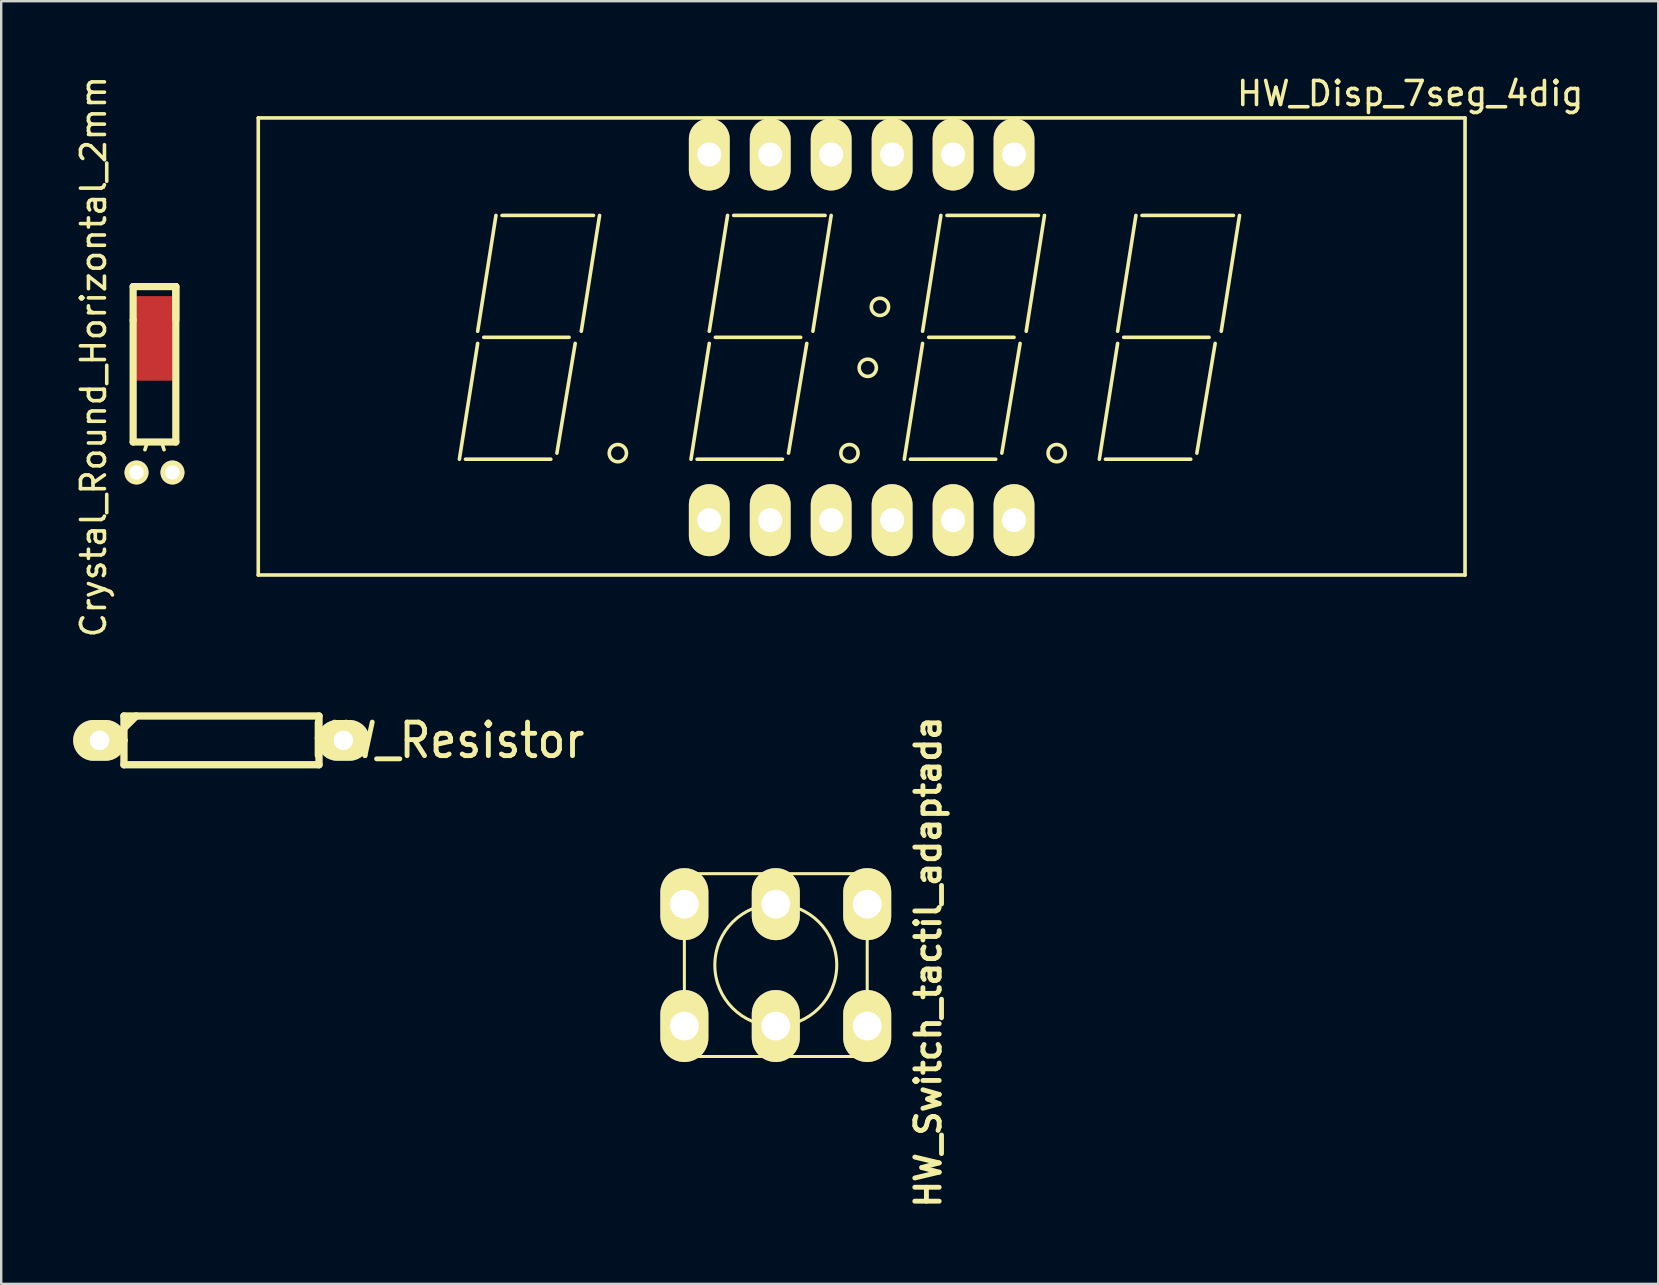
<source format=kicad_pcb>
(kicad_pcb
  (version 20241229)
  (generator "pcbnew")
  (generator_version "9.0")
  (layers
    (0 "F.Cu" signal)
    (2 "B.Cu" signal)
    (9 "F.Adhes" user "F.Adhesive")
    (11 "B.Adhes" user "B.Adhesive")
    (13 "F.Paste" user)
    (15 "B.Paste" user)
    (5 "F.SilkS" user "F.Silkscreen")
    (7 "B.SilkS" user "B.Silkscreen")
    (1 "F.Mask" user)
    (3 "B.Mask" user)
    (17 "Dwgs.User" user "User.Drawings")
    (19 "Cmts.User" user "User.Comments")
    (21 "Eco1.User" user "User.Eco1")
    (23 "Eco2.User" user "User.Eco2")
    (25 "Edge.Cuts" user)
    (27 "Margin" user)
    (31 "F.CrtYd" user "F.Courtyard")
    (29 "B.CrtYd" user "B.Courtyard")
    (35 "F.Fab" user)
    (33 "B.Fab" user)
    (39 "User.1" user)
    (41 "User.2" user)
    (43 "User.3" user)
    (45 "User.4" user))
  (footprint "HW_Resistor"
    (layer "F.Cu")
    (at 6.18 27.805)
    (property "Reference" "HW_Resistor" (at 9.398 0 0) (layer "F.SilkS") (effects (font (size 1.397 1.27) (thickness 0.203))))
    (attr through_hole)
    (fp_line (start -5.08 0) (end -4.064 0) (stroke (width 0.305) (type solid)) (layer "F.SilkS"))
    (fp_line (start -4.064 -1.016) (end 4.064 -1.016) (stroke (width 0.305) (type solid)) (layer "F.SilkS"))
    (fp_line (start -4.064 -0.508) (end -3.556 -1.016) (stroke (width 0.305) (type solid)) (layer "F.SilkS"))
    (fp_line (start -4.064 0) (end -4.064 -1.016) (stroke (width 0.305) (type solid)) (layer "F.SilkS"))
    (fp_line (start -4.064 1.016) (end -4.064 0) (stroke (width 0.305) (type solid)) (layer "F.SilkS"))
    (fp_line (start 4.064 -1.016) (end 4.064 1.016) (stroke (width 0.305) (type solid)) (layer "F.SilkS"))
    (fp_line (start 4.064 1.016) (end -4.064 1.016) (stroke (width 0.305) (type solid)) (layer "F.SilkS"))
    (fp_line (start 5.08 0) (end 4.064 0) (stroke (width 0.305) (type solid)) (layer "F.SilkS"))
    (pad "1" thru_hole oval (at -5.08 0) (size 2.2 1.7) (drill 0.813) (layers "*.Cu" "*.Mask" "F.SilkS"))
    (pad "2" thru_hole oval (at 5.08 0) (size 2.2 1.7) (drill 0.813) (layers "*.Cu" "*.Mask" "F.SilkS")))
  (footprint "HW_Switch_tactil_adaptada"
    (layer "F.Cu")
    (at 29.281 37.17)
    (property "Reference" "HW_Switch_tactil_adaptada" (at 6.35 -0.127 90) (layer "F.SilkS") (effects (font (size 1.016 1.016) (thickness 0.203))))
    (attr through_hole)
    (fp_line (start -3.81 -3.81) (end -3.81 3.81) (stroke (width 0.127) (type solid)) (layer "F.SilkS"))
    (fp_line (start -3.81 -3.81) (end 3.81 -3.81) (stroke (width 0.127) (type solid)) (layer "F.SilkS"))
    (fp_line (start 3.81 -3.81) (end 3.81 3.81) (stroke (width 0.127) (type solid)) (layer "F.SilkS"))
    (fp_line (start 3.81 3.81) (end -3.81 3.81) (stroke (width 0.127) (type solid)) (layer "F.SilkS"))
    (fp_circle (center 0 0) (end 0 -2.54) (stroke (width 0.127) (type solid)) (fill no) (layer "F.SilkS"))
    (pad "1" thru_hole oval (at -3.81 -2.54) (size 2 3) (drill 1.2) (layers "*.Cu" "*.Mask" "F.SilkS"))
    (pad "1" thru_hole oval (at 0 -2.54) (size 2 3) (drill 1.2) (layers "*.Cu" "*.Mask" "F.SilkS"))
    (pad "1" thru_hole oval (at 3.81 -2.54) (size 2 3) (drill 1.2) (layers "*.Cu" "*.Mask" "F.SilkS"))
    (pad "2" thru_hole oval (at -3.81 2.54) (size 2 3) (drill 1.2) (layers "*.Cu" "*.Mask" "F.SilkS"))
    (pad "2" thru_hole oval (at 0 2.54) (size 2 3) (drill 1.2) (layers "*.Cu" "*.Mask" "F.SilkS"))
    (pad "2" thru_hole oval (at 3.81 2.54) (size 2 3) (drill 1.2) (layers "*.Cu" "*.Mask" "F.SilkS")))
  (footprint "Crystal_Round_Horizontal_2mm"
    (layer "F.Cu")
    (at 3.388 16.641)
    (property "Reference" "Crystal_Round_Horizontal_2mm" (at -2.54 -4.826 90) (layer "F.SilkS") (effects (font (size 1 1) (thickness 0.15))))
    (attr through_hole)
    (fp_line (start -0.899 -6.299) (end -0.899 -1.25) (stroke (width 0.15) (type solid)) (layer "F.SilkS"))
    (fp_line (start -0.889 -7.747) (end 0.889 -7.747) (stroke (width 0.3) (type solid)) (layer "F.SilkS"))
    (fp_line (start -0.889 -6.35) (end -0.889 -7.747) (stroke (width 0.3) (type solid)) (layer "F.SilkS"))
    (fp_line (start -0.889 -1.27) (end -0.889 -6.35) (stroke (width 0.3) (type solid)) (layer "F.SilkS"))
    (fp_line (start -0.3 -1.25) (end -0.399 -0.95) (stroke (width 0.15) (type solid)) (layer "F.SilkS"))
    (fp_line (start 0.3 -1.25) (end 0.399 -0.95) (stroke (width 0.15) (type solid)) (layer "F.SilkS"))
    (fp_line (start 0.889 -7.747) (end 0.889 -1.27) (stroke (width 0.3) (type solid)) (layer "F.SilkS"))
    (fp_line (start 0.889 -6.35) (end 0.889 -7.747) (stroke (width 0.3) (type solid)) (layer "F.SilkS"))
    (fp_line (start 0.889 -1.27) (end -0.889 -1.27) (stroke (width 0.3) (type solid)) (layer "F.SilkS"))
    (fp_line (start 0.899 -7.823) (end -0.899 -7.823) (stroke (width 0.15) (type solid)) (layer "F.SilkS"))
    (fp_line (start 0.899 -1.25) (end -0.899 -1.25) (stroke (width 0.15) (type solid)) (layer "F.SilkS"))
    (fp_line (start 0.899 -1.25) (end 0.899 -6.299) (stroke (width 0.15) (type solid)) (layer "F.SilkS"))
    (pad "" smd rect (at 0 -5.588) (size 1.524 3.524) (layers "F.Cu" "F.Mask" "F.Paste"))
    (pad "1" thru_hole circle (at -0.749 0) (size 1.001 1.001) (drill 0.599) (layers "*.Cu" "*.Mask" "F.SilkS"))
    (pad "2" thru_hole circle (at 0.749 0) (size 1.001 1.001) (drill 0.599) (layers "*.Cu" "*.Mask" "F.SilkS")))
  (footprint "HW_Disp_7seg_4dig"
    (layer "F.Cu")
    (at 32.859 11.008)
    (property "Reference" "HW_Disp_7seg_4dig" (at 22.86 -10.16 0) (layer "F.SilkS") (effects (font (size 1 1) (thickness 0.15))))
    (attr through_hole)
    (fp_line (start -25.146 -9.144) (end -25.146 9.906) (stroke (width 0.15) (type solid)) (layer "F.SilkS"))
    (fp_line (start -25.146 9.906) (end 25.146 9.906) (stroke (width 0.15) (type solid)) (layer "F.SilkS"))
    (fp_line (start -16.51 5.08) (end -12.954 5.08) (stroke (width 0.15) (type solid)) (layer "F.SilkS"))
    (fp_line (start -16.002 -0.254) (end -15.24 -5.08) (stroke (width 0.15) (type solid)) (layer "F.SilkS"))
    (fp_line (start -16.002 0.254) (end -16.764 5.08) (stroke (width 0.15) (type solid)) (layer "F.SilkS"))
    (fp_line (start -15.748 0) (end -12.192 0) (stroke (width 0.15) (type solid)) (layer "F.SilkS"))
    (fp_line (start -14.986 -5.08) (end -11.176 -5.08) (stroke (width 0.15) (type solid)) (layer "F.SilkS"))
    (fp_line (start -11.938 0.254) (end -12.7 4.826) (stroke (width 0.15) (type solid)) (layer "F.SilkS"))
    (fp_line (start -10.922 -5.08) (end -11.684 -0.254) (stroke (width 0.15) (type solid)) (layer "F.SilkS"))
    (fp_line (start -6.858 5.08) (end -3.302 5.08) (stroke (width 0.15) (type solid)) (layer "F.SilkS"))
    (fp_line (start -6.35 -0.254) (end -5.588 -5.08) (stroke (width 0.15) (type solid)) (layer "F.SilkS"))
    (fp_line (start -6.35 0.254) (end -7.112 5.08) (stroke (width 0.15) (type solid)) (layer "F.SilkS"))
    (fp_line (start -6.096 0) (end -2.54 0) (stroke (width 0.15) (type solid)) (layer "F.SilkS"))
    (fp_line (start -5.334 -5.08) (end -1.524 -5.08) (stroke (width 0.15) (type solid)) (layer "F.SilkS"))
    (fp_line (start -2.286 0.254) (end -3.048 4.826) (stroke (width 0.15) (type solid)) (layer "F.SilkS"))
    (fp_line (start -1.27 -5.08) (end -2.032 -0.254) (stroke (width 0.15) (type solid)) (layer "F.SilkS"))
    (fp_line (start 2.032 5.08) (end 5.588 5.08) (stroke (width 0.15) (type solid)) (layer "F.SilkS"))
    (fp_line (start 2.54 -0.254) (end 3.302 -5.08) (stroke (width 0.15) (type solid)) (layer "F.SilkS"))
    (fp_line (start 2.54 0.254) (end 1.778 5.08) (stroke (width 0.15) (type solid)) (layer "F.SilkS"))
    (fp_line (start 2.794 0) (end 6.35 0) (stroke (width 0.15) (type solid)) (layer "F.SilkS"))
    (fp_line (start 3.556 -5.08) (end 7.366 -5.08) (stroke (width 0.15) (type solid)) (layer "F.SilkS"))
    (fp_line (start 6.604 0.254) (end 5.842 4.826) (stroke (width 0.15) (type solid)) (layer "F.SilkS"))
    (fp_line (start 7.62 -5.08) (end 6.858 -0.254) (stroke (width 0.15) (type solid)) (layer "F.SilkS"))
    (fp_line (start 10.16 5.08) (end 13.716 5.08) (stroke (width 0.15) (type solid)) (layer "F.SilkS"))
    (fp_line (start 10.668 -0.254) (end 11.43 -5.08) (stroke (width 0.15) (type solid)) (layer "F.SilkS"))
    (fp_line (start 10.668 0.254) (end 9.906 5.08) (stroke (width 0.15) (type solid)) (layer "F.SilkS"))
    (fp_line (start 10.922 0) (end 14.478 0) (stroke (width 0.15) (type solid)) (layer "F.SilkS"))
    (fp_line (start 11.684 -5.08) (end 15.494 -5.08) (stroke (width 0.15) (type solid)) (layer "F.SilkS"))
    (fp_line (start 14.732 0.254) (end 13.97 4.826) (stroke (width 0.15) (type solid)) (layer "F.SilkS"))
    (fp_line (start 15.748 -5.08) (end 14.986 -0.254) (stroke (width 0.15) (type solid)) (layer "F.SilkS"))
    (fp_line (start 25.146 -9.144) (end -25.146 -9.144) (stroke (width 0.15) (type solid)) (layer "F.SilkS"))
    (fp_line (start 25.146 9.906) (end 25.146 -9.144) (stroke (width 0.15) (type solid)) (layer "F.SilkS"))
    (fp_circle (center -10.16 4.826) (end -9.906 5.08) (stroke (width 0.15) (type solid)) (fill no) (layer "F.SilkS"))
    (fp_circle (center -0.508 4.826) (end -0.254 5.08) (stroke (width 0.15) (type solid)) (fill no) (layer "F.SilkS"))
    (fp_circle (center 0.254 1.27) (end 0.508 1.524) (stroke (width 0.15) (type solid)) (fill no) (layer "F.SilkS"))
    (fp_circle (center 0.762 -1.27) (end 1.016 -1.016) (stroke (width 0.15) (type solid)) (fill no) (layer "F.SilkS"))
    (fp_circle (center 8.128 4.826) (end 8.382 5.08) (stroke (width 0.15) (type solid)) (fill no) (layer "F.SilkS"))
    (pad "1" thru_hole oval (at -6.35 7.62) (size 1.7 3) (drill 1) (layers "*.Cu" "*.Mask" "F.SilkS"))
    (pad "2" thru_hole oval (at -3.81 7.62) (size 1.7 3) (drill 1) (layers "*.Cu" "*.Mask" "F.SilkS"))
    (pad "3" thru_hole oval (at -1.27 7.62) (size 1.7 3) (drill 1) (layers "*.Cu" "*.Mask" "F.SilkS"))
    (pad "4" thru_hole oval (at 1.27 7.62) (size 1.7 3) (drill 1) (layers "*.Cu" "*.Mask" "F.SilkS"))
    (pad "5" thru_hole oval (at 3.81 7.62) (size 1.7 3) (drill 1) (layers "*.Cu" "*.Mask" "F.SilkS"))
    (pad "6" thru_hole oval (at 6.35 7.62) (size 1.7 3) (drill 1) (layers "*.Cu" "*.Mask" "F.SilkS"))
    (pad "7" thru_hole oval (at 6.35 -7.62) (size 1.7 3) (drill 1) (layers "*.Cu" "*.Mask" "F.SilkS"))
    (pad "8" thru_hole oval (at 3.81 -7.62) (size 1.7 3) (drill 1) (layers "*.Cu" "*.Mask" "F.SilkS"))
    (pad "9" thru_hole oval (at 1.27 -7.62) (size 1.7 3) (drill 1) (layers "*.Cu" "*.Mask" "F.SilkS"))
    (pad "10" thru_hole oval (at -1.27 -7.62) (size 1.7 3) (drill 1) (layers "*.Cu" "*.Mask" "F.SilkS"))
    (pad "11" thru_hole oval (at -3.81 -7.62) (size 1.7 3) (drill 1) (layers "*.Cu" "*.Mask" "F.SilkS"))
    (pad "12" thru_hole oval (at -6.35 -7.62) (size 1.7 3) (drill 1) (layers "*.Cu" "*.Mask" "F.SilkS")))
  (gr_rect
    (start -3 -3)
    (end 66.058 50.454)
    (stroke (width 0.1) (type default))
    (fill no)
    (layer "Edge.Cuts")))
</source>
